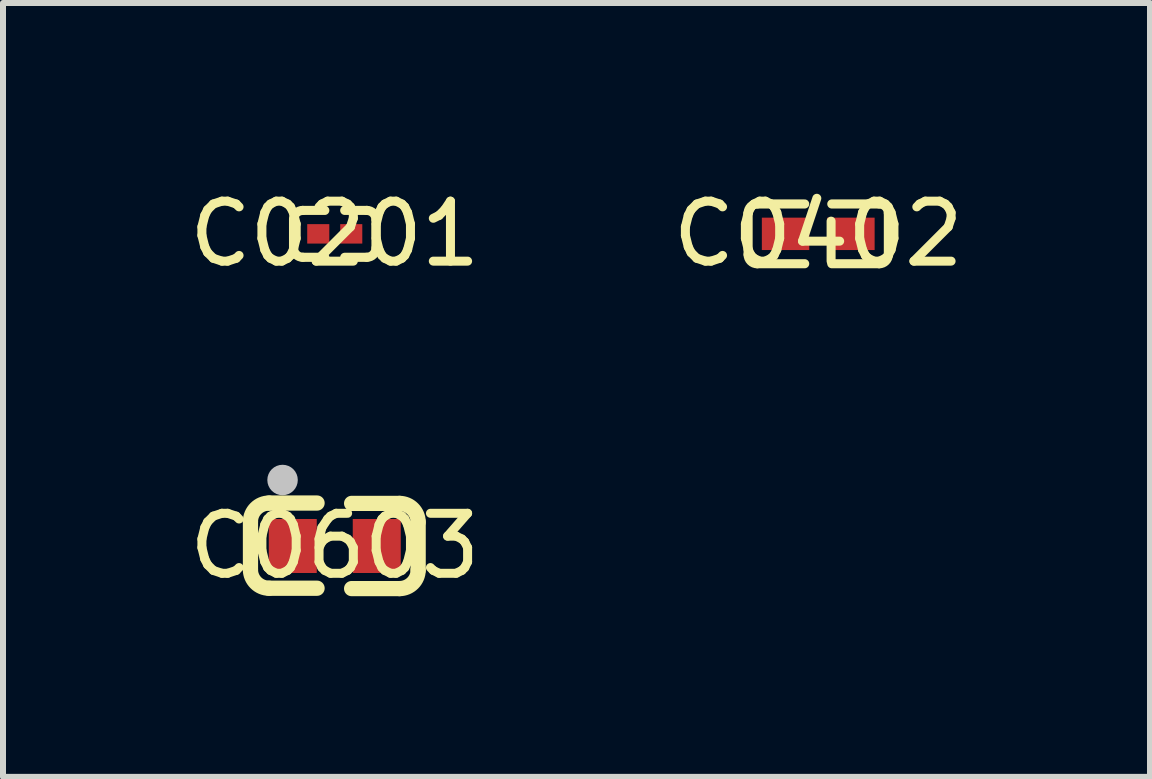
<source format=kicad_pcb>
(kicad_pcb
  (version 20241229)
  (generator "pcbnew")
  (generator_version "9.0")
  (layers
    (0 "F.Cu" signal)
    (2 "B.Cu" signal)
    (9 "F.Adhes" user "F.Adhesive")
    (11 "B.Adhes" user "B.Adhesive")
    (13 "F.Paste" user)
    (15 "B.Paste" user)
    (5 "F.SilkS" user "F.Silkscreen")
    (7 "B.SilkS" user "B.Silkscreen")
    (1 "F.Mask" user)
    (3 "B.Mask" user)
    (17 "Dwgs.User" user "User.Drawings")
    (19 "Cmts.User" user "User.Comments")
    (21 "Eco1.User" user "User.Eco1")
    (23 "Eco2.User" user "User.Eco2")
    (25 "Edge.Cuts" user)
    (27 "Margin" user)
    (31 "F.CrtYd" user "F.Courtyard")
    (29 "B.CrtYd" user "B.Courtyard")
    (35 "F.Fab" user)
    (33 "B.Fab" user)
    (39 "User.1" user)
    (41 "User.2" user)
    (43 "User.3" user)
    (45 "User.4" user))
  (footprint "C0201"
    (layer "F.Cu")
    (at 2.53 0.848)
    (property "Reference" "C0201" (at 0 0 0) (unlocked yes) (layer "F.SilkS") (effects (font (size 1 1) (thickness 0.15))))
    (fp_line (start -0.687 0.238) (end -0.687 -0.238) (stroke (width 0.152) (type default)) (layer "F.SilkS"))
    (fp_line (start -0.534 -0.391) (end -0.166 -0.391) (stroke (width 0.152) (type default)) (layer "F.SilkS"))
    (fp_line (start -0.166 0.391) (end -0.534 0.391) (stroke (width 0.152) (type default)) (layer "F.SilkS"))
    (fp_line (start 0.166 0.391) (end 0.534 0.391) (stroke (width 0.152) (type default)) (layer "F.SilkS"))
    (fp_line (start 0.534 -0.391) (end 0.166 -0.391) (stroke (width 0.152) (type default)) (layer "F.SilkS"))
    (fp_line (start 0.687 0.238) (end 0.687 -0.238) (stroke (width 0.152) (type default)) (layer "F.SilkS"))
    (fp_arc (start -0.687 -0.238) (mid -0.642334 -0.345834) (end -0.5345 -0.3905) (stroke (width 0.1525) (type default)) (layer "F.SilkS"))
    (fp_arc (start -0.5345 0.3905) (mid -0.642334 0.345834) (end -0.687 0.238) (stroke (width 0.1525) (type default)) (layer "F.SilkS"))
    (fp_arc (start 0.5345 -0.3905) (mid 0.642334 -0.345834) (end 0.687 -0.238) (stroke (width 0.1525) (type default)) (layer "F.SilkS"))
    (fp_arc (start 0.687 0.238) (mid 0.642334 0.345834) (end 0.5345 0.3905) (stroke (width 0.1525) (type default)) (layer "F.SilkS"))
    (fp_poly (pts (xy -0.081 0.138) (xy -0.081 -0.138) (xy -0.105 -0.162) (xy -0.434 -0.162) (xy -0.459 -0.138) (xy -0.459 0.138) (xy -0.434 0.162) (xy -0.105 0.162)) (stroke (width 0) (type default)) (fill yes) (layer "F.Paste"))
    (fp_poly (pts (xy 0.081 0.138) (xy 0.081 -0.138) (xy 0.105 -0.162) (xy 0.434 -0.162) (xy 0.459 -0.138) (xy 0.459 0.138) (xy 0.434 0.162) (xy 0.105 0.162)) (stroke (width 0) (type default)) (fill yes) (layer "F.Paste"))
    (fp_poly (pts (xy -0.3 0.15) (xy -0.3 -0.15) (xy -0.15 -0.15) (xy -0.15 0.15)) (stroke (width 0.1) (type default)) (fill no) (layer "User.1"))
    (fp_poly (pts (xy 0.3 0.15) (xy 0.3 -0.15) (xy 0.15 -0.15) (xy 0.15 0.15)) (stroke (width 0.1) (type default)) (fill no) (layer "User.1"))
    (fp_line (start -0.3 -0.15) (end 0.3 -0.15) (stroke (width 0.051) (type default)) (layer "User.2"))
    (fp_line (start -0.3 0.15) (end -0.3 -0.15) (stroke (width 0.051) (type default)) (layer "User.2"))
    (fp_line (start 0.3 -0.15) (end 0.3 0.15) (stroke (width 0.051) (type default)) (layer "User.2"))
    (fp_line (start 0.3 0.15) (end -0.3 0.15) (stroke (width 0.051) (type default)) (layer "User.2"))
    (fp_poly (pts (xy -0.24 0.15) (xy -0.258 0.108) (xy -0.3 0.09) (xy -0.342 0.108) (xy -0.36 0.15) (xy -0.342 0.192) (xy -0.3 0.21) (xy -0.258 0.192)) (stroke (width 0.1) (type default)) (fill no) (layer "User.3"))
    (pad "1" smd rect (at -0.275 0) (size 0.368 0.324) (layers "F.Cu" "F.Mask" "F.Paste"))
    (pad "2" smd rect (at 0.275 0) (size 0.368 0.324) (layers "F.Cu" "F.Mask" "F.Paste")))
  (footprint "C0402"
    (layer "F.Cu")
    (at 10.589 0.848)
    (property "Reference" "C0402" (at 0 0 0) (unlocked yes) (layer "F.SilkS") (effects (font (size 1 1) (thickness 0.15))))
    (fp_line (start -1.169 0.346) (end -1.169 -0.346) (stroke (width 0.152) (type default)) (layer "F.SilkS"))
    (fp_line (start -1.016 -0.498) (end -0.226 -0.498) (stroke (width 0.152) (type default)) (layer "F.SilkS"))
    (fp_line (start -0.226 0.498) (end -1.016 0.498) (stroke (width 0.152) (type default)) (layer "F.SilkS"))
    (fp_line (start 0.226 0.498) (end 1.016 0.498) (stroke (width 0.152) (type default)) (layer "F.SilkS"))
    (fp_line (start 1.016 -0.498) (end 0.226 -0.498) (stroke (width 0.152) (type default)) (layer "F.SilkS"))
    (fp_line (start 1.169 0.346) (end 1.169 -0.346) (stroke (width 0.152) (type default)) (layer "F.SilkS"))
    (fp_arc (start -1.1685 -0.346) (mid -1.12398 -0.45348) (end -1.0165 -0.4985) (stroke (width 0.1525) (type default)) (layer "F.SilkS"))
    (fp_arc (start -1.0165 0.4985) (mid -1.124334 0.453834) (end -1.1685 0.346) (stroke (width 0.1525) (type default)) (layer "F.SilkS"))
    (fp_arc (start 1.0165 -0.4985) (mid 1.124334 -0.453834) (end 1.1685 -0.346) (stroke (width 0.1525) (type default)) (layer "F.SilkS"))
    (fp_arc (start 1.1685 0.346) (mid 1.12398 0.45348) (end 1.0165 0.4985) (stroke (width 0.1525) (type default)) (layer "F.SilkS"))
    (fp_poly (pts (xy -0.18 -0.225) (xy -0.18 0.225) (xy -0.25 0.275) (xy -0.73 0.275) (xy -0.78 0.225) (xy -0.78 -0.225) (xy -0.73 -0.275) (xy -0.25 -0.275)) (stroke (width 0) (type default)) (fill yes) (layer "F.Paste"))
    (fp_poly (pts (xy 0.78 -0.225) (xy 0.78 0.225) (xy 0.73 0.275) (xy 0.25 0.275) (xy 0.18 0.225) (xy 0.18 -0.225) (xy 0.25 -0.275) (xy 0.73 -0.275)) (stroke (width 0) (type default)) (fill yes) (layer "F.Paste"))
    (fp_poly (pts (xy -0.5 0.25) (xy -0.5 -0.25) (xy -0.25 -0.25) (xy -0.25 0.25)) (stroke (width 0.1) (type default)) (fill no) (layer "User.1"))
    (fp_poly (pts (xy 0.5 0.25) (xy 0.5 -0.25) (xy 0.25 -0.25) (xy 0.25 0.25)) (stroke (width 0.1) (type default)) (fill no) (layer "User.1"))
    (fp_line (start -0.5 -0.25) (end 0.5 -0.25) (stroke (width 0.051) (type default)) (layer "User.2"))
    (fp_line (start -0.5 0.25) (end -0.5 -0.25) (stroke (width 0.051) (type default)) (layer "User.2"))
    (fp_line (start 0.5 -0.25) (end 0.5 0.25) (stroke (width 0.051) (type default)) (layer "User.2"))
    (fp_line (start 0.5 0.25) (end -0.5 0.25) (stroke (width 0.051) (type default)) (layer "User.2"))
    (fp_poly (pts (xy -0.44 0.25) (xy -0.458 0.208) (xy -0.5 0.19) (xy -0.542 0.208) (xy -0.56 0.25) (xy -0.542 0.292) (xy -0.5 0.31) (xy -0.458 0.292)) (stroke (width 0.1) (type default)) (fill no) (layer "User.3"))
    (pad "1" smd rect (at -0.545 0) (size 0.79 0.54) (layers "F.Cu" "F.Mask" "F.Paste"))
    (pad "2" smd rect (at 0.545 0) (size 0.79 0.54) (layers "F.Cu" "F.Mask" "F.Paste")))
  (footprint "C0603"
    (layer "F.Cu")
    (at 2.53 6.051)
    (property "Reference" "C0603" (at 0 0 0) (unlocked yes) (layer "F.SilkS") (effects (font (size 1 1) (thickness 0.15))))
    (fp_line (start -1.405 -0.406) (end -1.405 0.395) (stroke (width 0.254) (type default)) (layer "F.SilkS"))
    (fp_line (start -0.295 -0.716) (end -1.095 -0.716) (stroke (width 0.254) (type default)) (layer "F.SilkS"))
    (fp_line (start -0.295 0.704) (end -1.095 0.704) (stroke (width 0.254) (type default)) (layer "F.SilkS"))
    (fp_line (start 0.281 -0.71) (end 1.08 -0.71) (stroke (width 0.254) (type default)) (layer "F.SilkS"))
    (fp_line (start 0.281 0.71) (end 1.08 0.71) (stroke (width 0.254) (type default)) (layer "F.SilkS"))
    (fp_line (start 1.39 -0.4) (end 1.39 0.401) (stroke (width 0.254) (type default)) (layer "F.SilkS"))
    (fp_arc (start -1.4055 -0.4055) (mid -1.314703 -0.624703) (end -1.0955 -0.7155) (stroke (width 0.254) (type default)) (layer "F.SilkS"))
    (fp_arc (start -1.0955 0.704) (mid -1.31435 0.61335) (end -1.4055 0.3945) (stroke (width 0.254) (type default)) (layer "F.SilkS"))
    (fp_arc (start 1.08 -0.7095) (mid 1.29885 -0.61885) (end 1.39 -0.4) (stroke (width 0.254) (type default)) (layer "F.SilkS"))
    (fp_arc (start 1.39 0.4) (mid 1.299203 0.619203) (end 1.08 0.71) (stroke (width 0.254) (type default)) (layer "F.SilkS"))
    (fp_circle (center -0.87 -1.1) (end -0.743 -1.1) (stroke (width 0.254) (type default)) (fill no) (layer "Dwgs.User"))
    (fp_poly (pts (xy -0.8 0.4) (xy -0.8 -0.4) (xy -0.5 -0.4) (xy -0.5 0.4)) (stroke (width 0.1) (type default)) (fill no) (layer "User.1"))
    (fp_poly (pts (xy 0.8 0.4) (xy 0.8 -0.4) (xy 0.5 -0.4) (xy 0.5 0.4)) (stroke (width 0.1) (type default)) (fill no) (layer "User.1"))
    (fp_line (start -0.8 -0.4) (end 0.8 -0.4) (stroke (width 0.051) (type default)) (layer "User.2"))
    (fp_line (start -0.8 0.4) (end -0.8 -0.4) (stroke (width 0.051) (type default)) (layer "User.2"))
    (fp_line (start 0.8 -0.4) (end 0.8 0.4) (stroke (width 0.051) (type default)) (layer "User.2"))
    (fp_line (start 0.8 0.4) (end -0.8 0.4) (stroke (width 0.051) (type default)) (layer "User.2"))
    (fp_poly (pts (xy 1.13 -0.43) (xy 1.112 -0.472) (xy 1.07 -0.49) (xy 1.028 -0.472) (xy 1.01 -0.43) (xy 1.028 -0.388) (xy 1.07 -0.37) (xy 1.112 -0.388)) (stroke (width 0.1) (type default)) (fill no) (layer "User.3"))
    (pad "1" smd rect (at -0.7 0) (size 0.8 0.9) (layers "F.Cu" "F.Mask" "F.Paste"))
    (pad "2" smd rect (at 0.7 0) (size 0.8 0.9) (layers "F.Cu" "F.Mask" "F.Paste")))
  (gr_rect
    (start -3 -3)
    (end 16.119 9.899)
    (stroke (width 0.1) (type default))
    (fill no)
    (layer "Edge.Cuts")))
</source>
